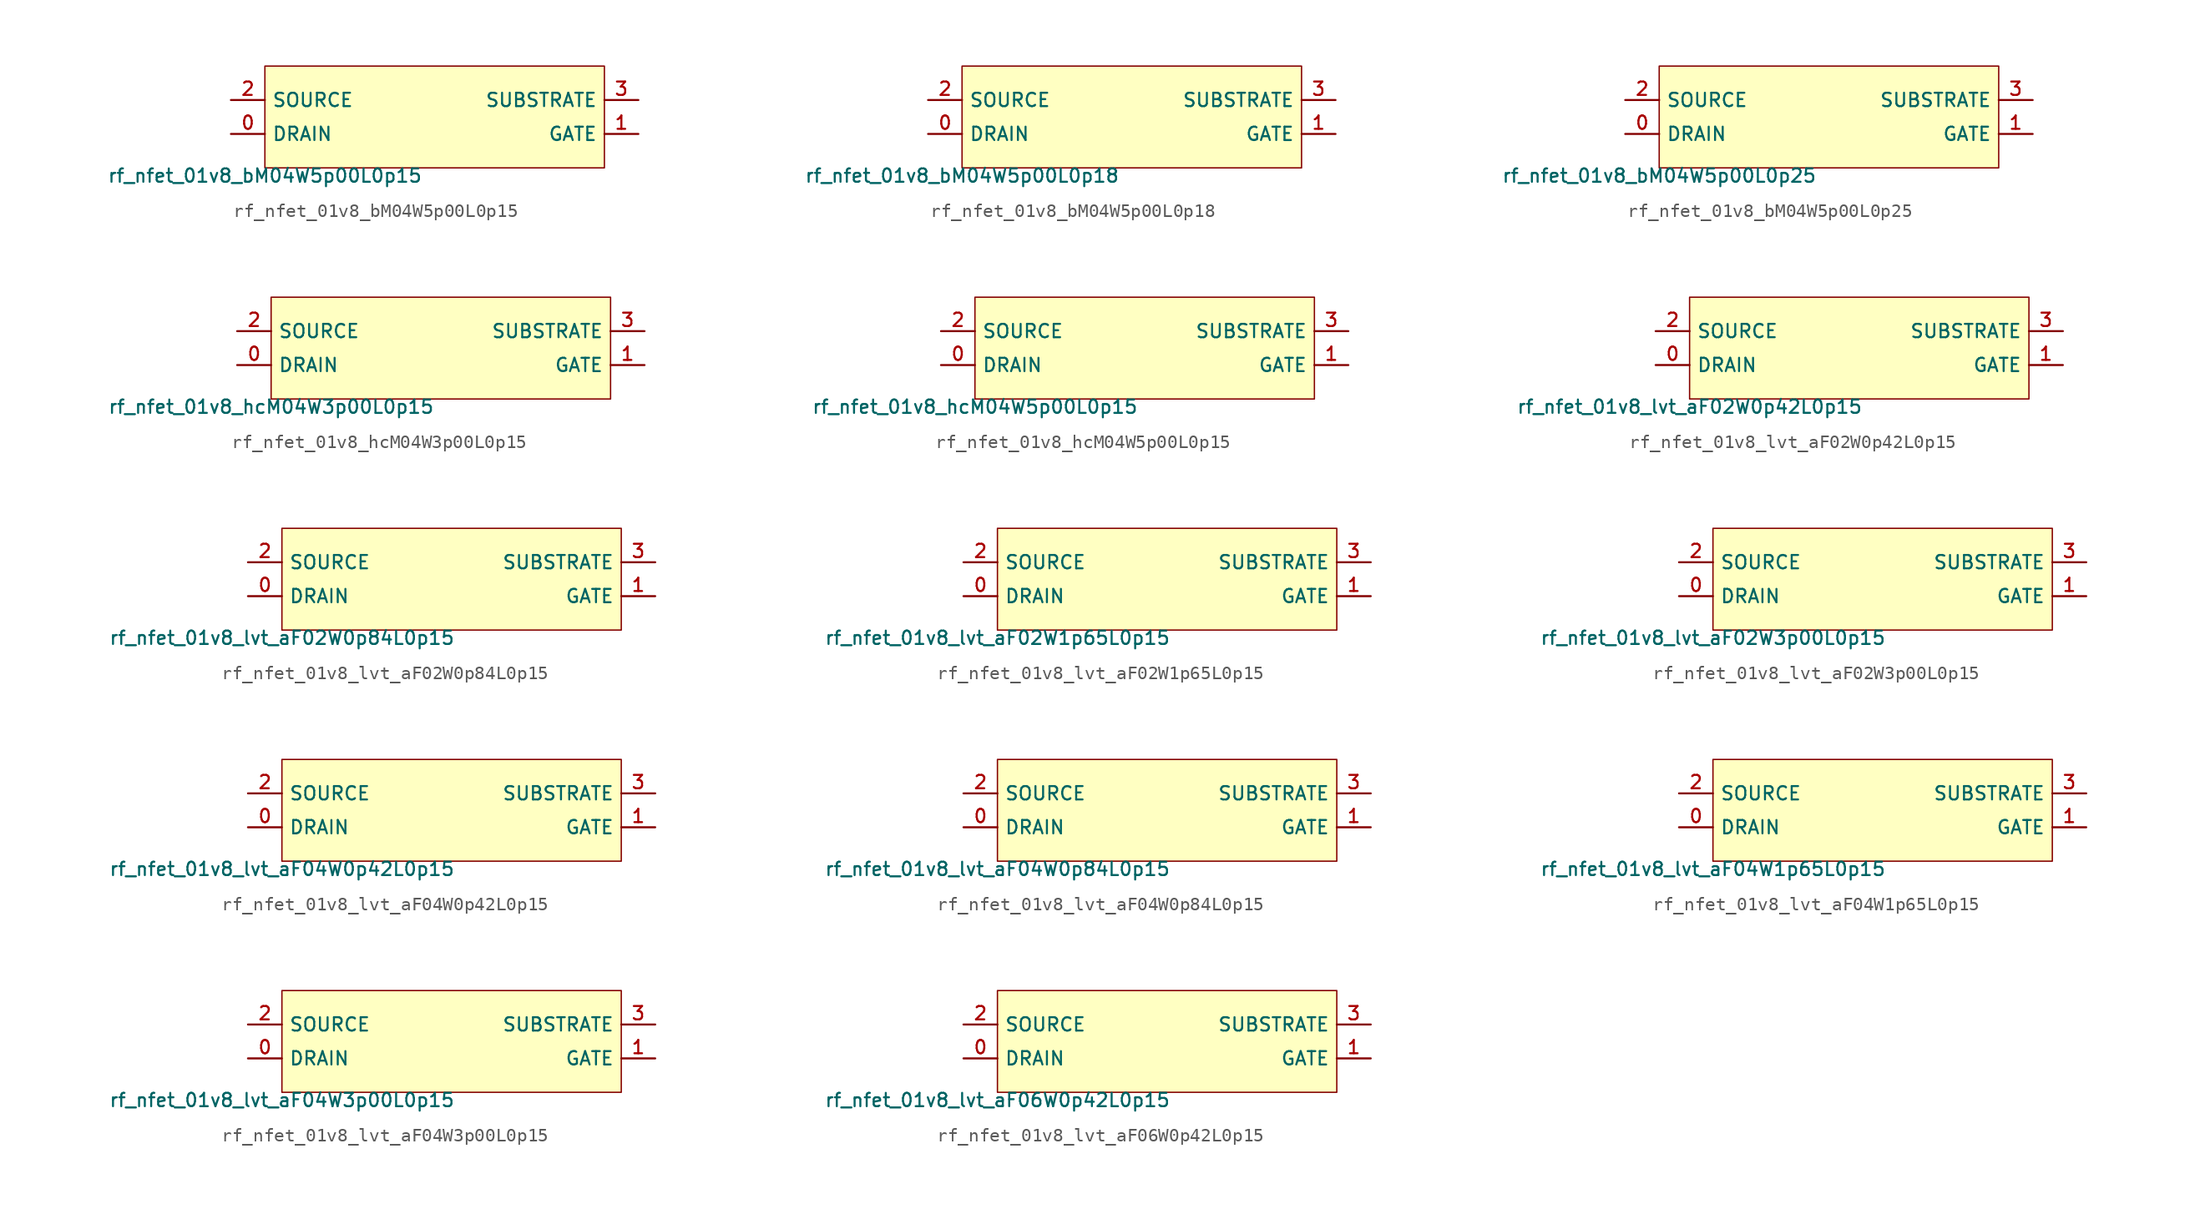
<source format=kicad_sym>
(kicad_symbol_lib
  (version 20211014)
  (generator pdk2kicad)
  (symbol "rf_nfet_01v8_bM04W5p00L0p15"
    (property "Reference" "X"
      (at 0 0 0)
      (effects (font (size 1 1)) hide))
    (property "Value" "rf_nfet_01v8_bM04W5p00L0p15"
      (at -12.7 -3.81 0)
      (effects (font (size 1 1)) (justify top)))
    (rectangle
      (start -12.7 -3.81)
      (end 12.7 3.81)
      (stroke (width 0.1) (type solid) (color 0 0 0 0))
      (fill (type background)))
    (pin bidirectional line
      (at -15.24 -1.27 0)
      (length 2.54)
      (name "DRAIN" (effects (font (size 1 1)) hide))
      (number "0" (effects (font (size 1 1)) hide)))
    (pin bidirectional line
      (at 15.24 -1.27 180)
      (length 2.54)
      (name "GATE" (effects (font (size 1 1)) hide))
      (number "1" (effects (font (size 1 1)) hide)))
    (pin bidirectional line
      (at -15.24 1.27 0)
      (length 2.54)
      (name "SOURCE" (effects (font (size 1 1)) hide))
      (number "2" (effects (font (size 1 1)) hide)))
    (pin bidirectional line
      (at 15.24 1.27 180)
      (length 2.54)
      (name "SUBSTRATE" (effects (font (size 1 1)) hide))
      (number "3" (effects (font (size 1 1)) hide))))
  (symbol "rf_nfet_01v8_bM04W5p00L0p18"
    (property "Reference" "X"
      (at 0 0 0)
      (effects (font (size 1 1)) hide))
    (property "Value" "rf_nfet_01v8_bM04W5p00L0p18"
      (at -12.7 -3.81 0)
      (effects (font (size 1 1)) (justify top)))
    (rectangle
      (start -12.7 -3.81)
      (end 12.7 3.81)
      (stroke (width 0.1) (type solid) (color 0 0 0 0))
      (fill (type background)))
    (pin bidirectional line
      (at -15.24 -1.27 0)
      (length 2.54)
      (name "DRAIN" (effects (font (size 1 1)) hide))
      (number "0" (effects (font (size 1 1)) hide)))
    (pin bidirectional line
      (at 15.24 -1.27 180)
      (length 2.54)
      (name "GATE" (effects (font (size 1 1)) hide))
      (number "1" (effects (font (size 1 1)) hide)))
    (pin bidirectional line
      (at -15.24 1.27 0)
      (length 2.54)
      (name "SOURCE" (effects (font (size 1 1)) hide))
      (number "2" (effects (font (size 1 1)) hide)))
    (pin bidirectional line
      (at 15.24 1.27 180)
      (length 2.54)
      (name "SUBSTRATE" (effects (font (size 1 1)) hide))
      (number "3" (effects (font (size 1 1)) hide))))
  (symbol "rf_nfet_01v8_bM04W5p00L0p25"
    (property "Reference" "X"
      (at 0 0 0)
      (effects (font (size 1 1)) hide))
    (property "Value" "rf_nfet_01v8_bM04W5p00L0p25"
      (at -12.7 -3.81 0)
      (effects (font (size 1 1)) (justify top)))
    (rectangle
      (start -12.7 -3.81)
      (end 12.7 3.81)
      (stroke (width 0.1) (type solid) (color 0 0 0 0))
      (fill (type background)))
    (pin bidirectional line
      (at -15.24 -1.27 0)
      (length 2.54)
      (name "DRAIN" (effects (font (size 1 1)) hide))
      (number "0" (effects (font (size 1 1)) hide)))
    (pin bidirectional line
      (at 15.24 -1.27 180)
      (length 2.54)
      (name "GATE" (effects (font (size 1 1)) hide))
      (number "1" (effects (font (size 1 1)) hide)))
    (pin bidirectional line
      (at -15.24 1.27 0)
      (length 2.54)
      (name "SOURCE" (effects (font (size 1 1)) hide))
      (number "2" (effects (font (size 1 1)) hide)))
    (pin bidirectional line
      (at 15.24 1.27 180)
      (length 2.54)
      (name "SUBSTRATE" (effects (font (size 1 1)) hide))
      (number "3" (effects (font (size 1 1)) hide))))
  (symbol "rf_nfet_01v8_hcM04W3p00L0p15"
    (property "Reference" "X"
      (at 0 0 0)
      (effects (font (size 1 1)) hide))
    (property "Value" "rf_nfet_01v8_hcM04W3p00L0p15"
      (at -12.7 -3.81 0)
      (effects (font (size 1 1)) (justify top)))
    (rectangle
      (start -12.7 -3.81)
      (end 12.7 3.81)
      (stroke (width 0.1) (type solid) (color 0 0 0 0))
      (fill (type background)))
    (pin bidirectional line
      (at -15.24 -1.27 0)
      (length 2.54)
      (name "DRAIN" (effects (font (size 1 1)) hide))
      (number "0" (effects (font (size 1 1)) hide)))
    (pin bidirectional line
      (at 15.24 -1.27 180)
      (length 2.54)
      (name "GATE" (effects (font (size 1 1)) hide))
      (number "1" (effects (font (size 1 1)) hide)))
    (pin bidirectional line
      (at -15.24 1.27 0)
      (length 2.54)
      (name "SOURCE" (effects (font (size 1 1)) hide))
      (number "2" (effects (font (size 1 1)) hide)))
    (pin bidirectional line
      (at 15.24 1.27 180)
      (length 2.54)
      (name "SUBSTRATE" (effects (font (size 1 1)) hide))
      (number "3" (effects (font (size 1 1)) hide))))
  (symbol "rf_nfet_01v8_hcM04W5p00L0p15"
    (property "Reference" "X"
      (at 0 0 0)
      (effects (font (size 1 1)) hide))
    (property "Value" "rf_nfet_01v8_hcM04W5p00L0p15"
      (at -12.7 -3.81 0)
      (effects (font (size 1 1)) (justify top)))
    (rectangle
      (start -12.7 -3.81)
      (end 12.7 3.81)
      (stroke (width 0.1) (type solid) (color 0 0 0 0))
      (fill (type background)))
    (pin bidirectional line
      (at -15.24 -1.27 0)
      (length 2.54)
      (name "DRAIN" (effects (font (size 1 1)) hide))
      (number "0" (effects (font (size 1 1)) hide)))
    (pin bidirectional line
      (at 15.24 -1.27 180)
      (length 2.54)
      (name "GATE" (effects (font (size 1 1)) hide))
      (number "1" (effects (font (size 1 1)) hide)))
    (pin bidirectional line
      (at -15.24 1.27 0)
      (length 2.54)
      (name "SOURCE" (effects (font (size 1 1)) hide))
      (number "2" (effects (font (size 1 1)) hide)))
    (pin bidirectional line
      (at 15.24 1.27 180)
      (length 2.54)
      (name "SUBSTRATE" (effects (font (size 1 1)) hide))
      (number "3" (effects (font (size 1 1)) hide))))
  (symbol "rf_nfet_01v8_lvt_aF02W0p42L0p15"
    (property "Reference" "X"
      (at 0 0 0)
      (effects (font (size 1 1)) hide))
    (property "Value" "rf_nfet_01v8_lvt_aF02W0p42L0p15"
      (at -12.7 -3.81 0)
      (effects (font (size 1 1)) (justify top)))
    (rectangle
      (start -12.7 -3.81)
      (end 12.7 3.81)
      (stroke (width 0.1) (type solid) (color 0 0 0 0))
      (fill (type background)))
    (pin bidirectional line
      (at -15.24 -1.27 0)
      (length 2.54)
      (name "DRAIN" (effects (font (size 1 1)) hide))
      (number "0" (effects (font (size 1 1)) hide)))
    (pin bidirectional line
      (at 15.24 -1.27 180)
      (length 2.54)
      (name "GATE" (effects (font (size 1 1)) hide))
      (number "1" (effects (font (size 1 1)) hide)))
    (pin bidirectional line
      (at -15.24 1.27 0)
      (length 2.54)
      (name "SOURCE" (effects (font (size 1 1)) hide))
      (number "2" (effects (font (size 1 1)) hide)))
    (pin bidirectional line
      (at 15.24 1.27 180)
      (length 2.54)
      (name "SUBSTRATE" (effects (font (size 1 1)) hide))
      (number "3" (effects (font (size 1 1)) hide))))
  (symbol "rf_nfet_01v8_lvt_aF02W0p84L0p15"
    (property "Reference" "X"
      (at 0 0 0)
      (effects (font (size 1 1)) hide))
    (property "Value" "rf_nfet_01v8_lvt_aF02W0p84L0p15"
      (at -12.7 -3.81 0)
      (effects (font (size 1 1)) (justify top)))
    (rectangle
      (start -12.7 -3.81)
      (end 12.7 3.81)
      (stroke (width 0.1) (type solid) (color 0 0 0 0))
      (fill (type background)))
    (pin bidirectional line
      (at -15.24 -1.27 0)
      (length 2.54)
      (name "DRAIN" (effects (font (size 1 1)) hide))
      (number "0" (effects (font (size 1 1)) hide)))
    (pin bidirectional line
      (at 15.24 -1.27 180)
      (length 2.54)
      (name "GATE" (effects (font (size 1 1)) hide))
      (number "1" (effects (font (size 1 1)) hide)))
    (pin bidirectional line
      (at -15.24 1.27 0)
      (length 2.54)
      (name "SOURCE" (effects (font (size 1 1)) hide))
      (number "2" (effects (font (size 1 1)) hide)))
    (pin bidirectional line
      (at 15.24 1.27 180)
      (length 2.54)
      (name "SUBSTRATE" (effects (font (size 1 1)) hide))
      (number "3" (effects (font (size 1 1)) hide))))
  (symbol "rf_nfet_01v8_lvt_aF02W1p65L0p15"
    (property "Reference" "X"
      (at 0 0 0)
      (effects (font (size 1 1)) hide))
    (property "Value" "rf_nfet_01v8_lvt_aF02W1p65L0p15"
      (at -12.7 -3.81 0)
      (effects (font (size 1 1)) (justify top)))
    (rectangle
      (start -12.7 -3.81)
      (end 12.7 3.81)
      (stroke (width 0.1) (type solid) (color 0 0 0 0))
      (fill (type background)))
    (pin bidirectional line
      (at -15.24 -1.27 0)
      (length 2.54)
      (name "DRAIN" (effects (font (size 1 1)) hide))
      (number "0" (effects (font (size 1 1)) hide)))
    (pin bidirectional line
      (at 15.24 -1.27 180)
      (length 2.54)
      (name "GATE" (effects (font (size 1 1)) hide))
      (number "1" (effects (font (size 1 1)) hide)))
    (pin bidirectional line
      (at -15.24 1.27 0)
      (length 2.54)
      (name "SOURCE" (effects (font (size 1 1)) hide))
      (number "2" (effects (font (size 1 1)) hide)))
    (pin bidirectional line
      (at 15.24 1.27 180)
      (length 2.54)
      (name "SUBSTRATE" (effects (font (size 1 1)) hide))
      (number "3" (effects (font (size 1 1)) hide))))
  (symbol "rf_nfet_01v8_lvt_aF02W3p00L0p15"
    (property "Reference" "X"
      (at 0 0 0)
      (effects (font (size 1 1)) hide))
    (property "Value" "rf_nfet_01v8_lvt_aF02W3p00L0p15"
      (at -12.7 -3.81 0)
      (effects (font (size 1 1)) (justify top)))
    (rectangle
      (start -12.7 -3.81)
      (end 12.7 3.81)
      (stroke (width 0.1) (type solid) (color 0 0 0 0))
      (fill (type background)))
    (pin bidirectional line
      (at -15.24 -1.27 0)
      (length 2.54)
      (name "DRAIN" (effects (font (size 1 1)) hide))
      (number "0" (effects (font (size 1 1)) hide)))
    (pin bidirectional line
      (at 15.24 -1.27 180)
      (length 2.54)
      (name "GATE" (effects (font (size 1 1)) hide))
      (number "1" (effects (font (size 1 1)) hide)))
    (pin bidirectional line
      (at -15.24 1.27 0)
      (length 2.54)
      (name "SOURCE" (effects (font (size 1 1)) hide))
      (number "2" (effects (font (size 1 1)) hide)))
    (pin bidirectional line
      (at 15.24 1.27 180)
      (length 2.54)
      (name "SUBSTRATE" (effects (font (size 1 1)) hide))
      (number "3" (effects (font (size 1 1)) hide))))
  (symbol "rf_nfet_01v8_lvt_aF04W0p42L0p15"
    (property "Reference" "X"
      (at 0 0 0)
      (effects (font (size 1 1)) hide))
    (property "Value" "rf_nfet_01v8_lvt_aF04W0p42L0p15"
      (at -12.7 -3.81 0)
      (effects (font (size 1 1)) (justify top)))
    (rectangle
      (start -12.7 -3.81)
      (end 12.7 3.81)
      (stroke (width 0.1) (type solid) (color 0 0 0 0))
      (fill (type background)))
    (pin bidirectional line
      (at -15.24 -1.27 0)
      (length 2.54)
      (name "DRAIN" (effects (font (size 1 1)) hide))
      (number "0" (effects (font (size 1 1)) hide)))
    (pin bidirectional line
      (at 15.24 -1.27 180)
      (length 2.54)
      (name "GATE" (effects (font (size 1 1)) hide))
      (number "1" (effects (font (size 1 1)) hide)))
    (pin bidirectional line
      (at -15.24 1.27 0)
      (length 2.54)
      (name "SOURCE" (effects (font (size 1 1)) hide))
      (number "2" (effects (font (size 1 1)) hide)))
    (pin bidirectional line
      (at 15.24 1.27 180)
      (length 2.54)
      (name "SUBSTRATE" (effects (font (size 1 1)) hide))
      (number "3" (effects (font (size 1 1)) hide))))
  (symbol "rf_nfet_01v8_lvt_aF04W0p84L0p15"
    (property "Reference" "X"
      (at 0 0 0)
      (effects (font (size 1 1)) hide))
    (property "Value" "rf_nfet_01v8_lvt_aF04W0p84L0p15"
      (at -12.7 -3.81 0)
      (effects (font (size 1 1)) (justify top)))
    (rectangle
      (start -12.7 -3.81)
      (end 12.7 3.81)
      (stroke (width 0.1) (type solid) (color 0 0 0 0))
      (fill (type background)))
    (pin bidirectional line
      (at -15.24 -1.27 0)
      (length 2.54)
      (name "DRAIN" (effects (font (size 1 1)) hide))
      (number "0" (effects (font (size 1 1)) hide)))
    (pin bidirectional line
      (at 15.24 -1.27 180)
      (length 2.54)
      (name "GATE" (effects (font (size 1 1)) hide))
      (number "1" (effects (font (size 1 1)) hide)))
    (pin bidirectional line
      (at -15.24 1.27 0)
      (length 2.54)
      (name "SOURCE" (effects (font (size 1 1)) hide))
      (number "2" (effects (font (size 1 1)) hide)))
    (pin bidirectional line
      (at 15.24 1.27 180)
      (length 2.54)
      (name "SUBSTRATE" (effects (font (size 1 1)) hide))
      (number "3" (effects (font (size 1 1)) hide))))
  (symbol "rf_nfet_01v8_lvt_aF04W1p65L0p15"
    (property "Reference" "X"
      (at 0 0 0)
      (effects (font (size 1 1)) hide))
    (property "Value" "rf_nfet_01v8_lvt_aF04W1p65L0p15"
      (at -12.7 -3.81 0)
      (effects (font (size 1 1)) (justify top)))
    (rectangle
      (start -12.7 -3.81)
      (end 12.7 3.81)
      (stroke (width 0.1) (type solid) (color 0 0 0 0))
      (fill (type background)))
    (pin bidirectional line
      (at -15.24 -1.27 0)
      (length 2.54)
      (name "DRAIN" (effects (font (size 1 1)) hide))
      (number "0" (effects (font (size 1 1)) hide)))
    (pin bidirectional line
      (at 15.24 -1.27 180)
      (length 2.54)
      (name "GATE" (effects (font (size 1 1)) hide))
      (number "1" (effects (font (size 1 1)) hide)))
    (pin bidirectional line
      (at -15.24 1.27 0)
      (length 2.54)
      (name "SOURCE" (effects (font (size 1 1)) hide))
      (number "2" (effects (font (size 1 1)) hide)))
    (pin bidirectional line
      (at 15.24 1.27 180)
      (length 2.54)
      (name "SUBSTRATE" (effects (font (size 1 1)) hide))
      (number "3" (effects (font (size 1 1)) hide))))
  (symbol "rf_nfet_01v8_lvt_aF04W3p00L0p15"
    (property "Reference" "X"
      (at 0 0 0)
      (effects (font (size 1 1)) hide))
    (property "Value" "rf_nfet_01v8_lvt_aF04W3p00L0p15"
      (at -12.7 -3.81 0)
      (effects (font (size 1 1)) (justify top)))
    (rectangle
      (start -12.7 -3.81)
      (end 12.7 3.81)
      (stroke (width 0.1) (type solid) (color 0 0 0 0))
      (fill (type background)))
    (pin bidirectional line
      (at -15.24 -1.27 0)
      (length 2.54)
      (name "DRAIN" (effects (font (size 1 1)) hide))
      (number "0" (effects (font (size 1 1)) hide)))
    (pin bidirectional line
      (at 15.24 -1.27 180)
      (length 2.54)
      (name "GATE" (effects (font (size 1 1)) hide))
      (number "1" (effects (font (size 1 1)) hide)))
    (pin bidirectional line
      (at -15.24 1.27 0)
      (length 2.54)
      (name "SOURCE" (effects (font (size 1 1)) hide))
      (number "2" (effects (font (size 1 1)) hide)))
    (pin bidirectional line
      (at 15.24 1.27 180)
      (length 2.54)
      (name "SUBSTRATE" (effects (font (size 1 1)) hide))
      (number "3" (effects (font (size 1 1)) hide))))
  (symbol "rf_nfet_01v8_lvt_aF06W0p42L0p15"
    (property "Reference" "X"
      (at 0 0 0)
      (effects (font (size 1 1)) hide))
    (property "Value" "rf_nfet_01v8_lvt_aF06W0p42L0p15"
      (at -12.7 -3.81 0)
      (effects (font (size 1 1)) (justify top)))
    (rectangle
      (start -12.7 -3.81)
      (end 12.7 3.81)
      (stroke (width 0.1) (type solid) (color 0 0 0 0))
      (fill (type background)))
    (pin bidirectional line
      (at -15.24 -1.27 0)
      (length 2.54)
      (name "DRAIN" (effects (font (size 1 1)) hide))
      (number "0" (effects (font (size 1 1)) hide)))
    (pin bidirectional line
      (at 15.24 -1.27 180)
      (length 2.54)
      (name "GATE" (effects (font (size 1 1)) hide))
      (number "1" (effects (font (size 1 1)) hide)))
    (pin bidirectional line
      (at -15.24 1.27 0)
      (length 2.54)
      (name "SOURCE" (effects (font (size 1 1)) hide))
      (number "2" (effects (font (size 1 1)) hide)))
    (pin bidirectional line
      (at 15.24 1.27 180)
      (length 2.54)
      (name "SUBSTRATE" (effects (font (size 1 1)) hide))
      (number "3" (effects (font (size 1 1)) hide)))))
</source>
